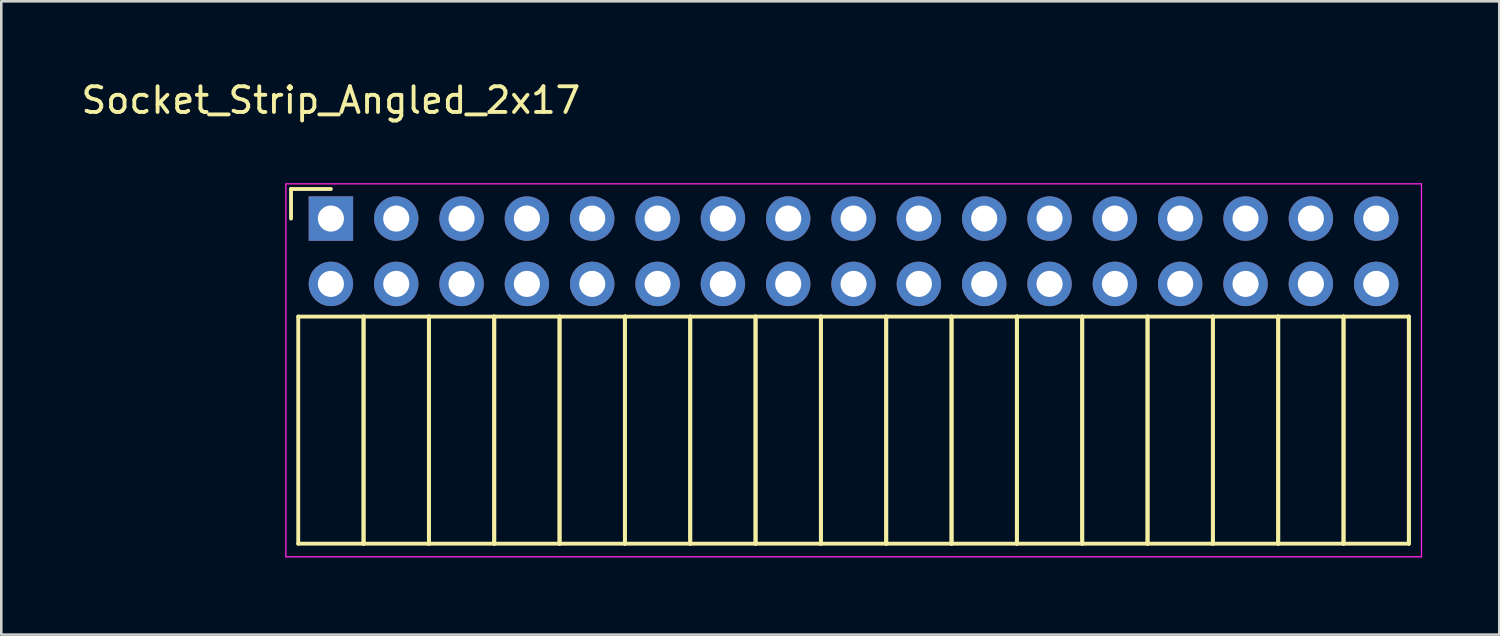
<source format=kicad_pcb>
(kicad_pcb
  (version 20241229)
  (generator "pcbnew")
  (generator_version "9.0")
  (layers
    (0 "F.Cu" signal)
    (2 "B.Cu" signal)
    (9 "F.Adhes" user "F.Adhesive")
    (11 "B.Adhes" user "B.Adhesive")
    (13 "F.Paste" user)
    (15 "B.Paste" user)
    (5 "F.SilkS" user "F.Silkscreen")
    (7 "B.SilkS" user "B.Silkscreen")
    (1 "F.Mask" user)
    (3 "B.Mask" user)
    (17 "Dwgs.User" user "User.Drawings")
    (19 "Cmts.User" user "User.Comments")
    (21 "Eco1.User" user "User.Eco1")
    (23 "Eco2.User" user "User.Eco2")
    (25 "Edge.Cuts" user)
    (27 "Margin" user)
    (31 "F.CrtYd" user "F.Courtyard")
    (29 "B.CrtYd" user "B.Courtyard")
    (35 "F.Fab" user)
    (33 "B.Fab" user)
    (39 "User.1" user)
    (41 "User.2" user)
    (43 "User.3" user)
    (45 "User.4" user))
  (footprint "Socket_Strip_Angled_2x17"
    (layer "F.Cu")
    (at 9.815 5.448)
    (property "Reference" "Socket_Strip_Angled_2x17" (at 0 -4.6 0) (layer "F.SilkS") (effects (font (size 1 1) (thickness 0.15))))
    (attr through_hole)
    (fp_line (start -1.55 -1.15) (end -1.55 0) (stroke (width 0.15) (type solid)) (layer "F.SilkS"))
    (fp_line (start -1.27 3.81) (end -1.27 12.64) (stroke (width 0.15) (type solid)) (layer "F.SilkS"))
    (fp_line (start -1.27 3.81) (end 1.27 3.81) (stroke (width 0.15) (type solid)) (layer "F.SilkS"))
    (fp_line (start -1.27 12.64) (end 1.27 12.64) (stroke (width 0.15) (type solid)) (layer "F.SilkS"))
    (fp_line (start 0 -1.15) (end -1.55 -1.15) (stroke (width 0.15) (type solid)) (layer "F.SilkS"))
    (fp_line (start 1.27 3.81) (end 1.27 12.64) (stroke (width 0.15) (type solid)) (layer "F.SilkS"))
    (fp_line (start 1.27 3.81) (end 3.81 3.81) (stroke (width 0.15) (type solid)) (layer "F.SilkS"))
    (fp_line (start 1.27 12.64) (end 1.27 3.81) (stroke (width 0.15) (type solid)) (layer "F.SilkS"))
    (fp_line (start 1.27 12.64) (end 3.81 12.64) (stroke (width 0.15) (type solid)) (layer "F.SilkS"))
    (fp_line (start 3.81 3.81) (end 3.81 12.64) (stroke (width 0.15) (type solid)) (layer "F.SilkS"))
    (fp_line (start 3.81 3.81) (end 6.35 3.81) (stroke (width 0.15) (type solid)) (layer "F.SilkS"))
    (fp_line (start 3.81 12.64) (end 3.81 3.81) (stroke (width 0.15) (type solid)) (layer "F.SilkS"))
    (fp_line (start 3.81 12.64) (end 6.35 12.64) (stroke (width 0.15) (type solid)) (layer "F.SilkS"))
    (fp_line (start 6.35 3.81) (end 6.35 12.64) (stroke (width 0.15) (type solid)) (layer "F.SilkS"))
    (fp_line (start 6.35 3.81) (end 8.89 3.81) (stroke (width 0.15) (type solid)) (layer "F.SilkS"))
    (fp_line (start 6.35 12.64) (end 6.35 3.81) (stroke (width 0.15) (type solid)) (layer "F.SilkS"))
    (fp_line (start 6.35 12.64) (end 8.89 12.64) (stroke (width 0.15) (type solid)) (layer "F.SilkS"))
    (fp_line (start 8.89 3.81) (end 8.89 12.64) (stroke (width 0.15) (type solid)) (layer "F.SilkS"))
    (fp_line (start 8.89 3.81) (end 11.43 3.81) (stroke (width 0.15) (type solid)) (layer "F.SilkS"))
    (fp_line (start 8.89 12.64) (end 8.89 3.81) (stroke (width 0.15) (type solid)) (layer "F.SilkS"))
    (fp_line (start 8.89 12.64) (end 11.43 12.64) (stroke (width 0.15) (type solid)) (layer "F.SilkS"))
    (fp_line (start 11.43 3.81) (end 11.43 12.64) (stroke (width 0.15) (type solid)) (layer "F.SilkS"))
    (fp_line (start 11.43 3.81) (end 13.97 3.81) (stroke (width 0.15) (type solid)) (layer "F.SilkS"))
    (fp_line (start 11.43 12.64) (end 11.43 3.81) (stroke (width 0.15) (type solid)) (layer "F.SilkS"))
    (fp_line (start 11.43 12.64) (end 13.97 12.64) (stroke (width 0.15) (type solid)) (layer "F.SilkS"))
    (fp_line (start 13.97 3.81) (end 13.97 12.64) (stroke (width 0.15) (type solid)) (layer "F.SilkS"))
    (fp_line (start 13.97 3.81) (end 16.51 3.81) (stroke (width 0.15) (type solid)) (layer "F.SilkS"))
    (fp_line (start 13.97 12.64) (end 13.97 3.81) (stroke (width 0.15) (type solid)) (layer "F.SilkS"))
    (fp_line (start 13.97 12.64) (end 16.51 12.64) (stroke (width 0.15) (type solid)) (layer "F.SilkS"))
    (fp_line (start 16.51 3.81) (end 16.51 12.64) (stroke (width 0.15) (type solid)) (layer "F.SilkS"))
    (fp_line (start 16.51 3.81) (end 19.05 3.81) (stroke (width 0.15) (type solid)) (layer "F.SilkS"))
    (fp_line (start 16.51 12.64) (end 16.51 3.81) (stroke (width 0.15) (type solid)) (layer "F.SilkS"))
    (fp_line (start 16.51 12.64) (end 19.05 12.64) (stroke (width 0.15) (type solid)) (layer "F.SilkS"))
    (fp_line (start 19.05 3.81) (end 19.05 12.64) (stroke (width 0.15) (type solid)) (layer "F.SilkS"))
    (fp_line (start 19.05 3.81) (end 21.59 3.81) (stroke (width 0.15) (type solid)) (layer "F.SilkS"))
    (fp_line (start 19.05 12.64) (end 19.05 3.81) (stroke (width 0.15) (type solid)) (layer "F.SilkS"))
    (fp_line (start 19.05 12.64) (end 21.59 12.64) (stroke (width 0.15) (type solid)) (layer "F.SilkS"))
    (fp_line (start 21.59 3.81) (end 21.59 12.64) (stroke (width 0.15) (type solid)) (layer "F.SilkS"))
    (fp_line (start 21.59 3.81) (end 24.13 3.81) (stroke (width 0.15) (type solid)) (layer "F.SilkS"))
    (fp_line (start 21.59 12.64) (end 21.59 3.81) (stroke (width 0.15) (type solid)) (layer "F.SilkS"))
    (fp_line (start 21.59 12.64) (end 24.13 12.64) (stroke (width 0.15) (type solid)) (layer "F.SilkS"))
    (fp_line (start 24.13 3.81) (end 24.13 12.64) (stroke (width 0.15) (type solid)) (layer "F.SilkS"))
    (fp_line (start 24.13 3.81) (end 26.67 3.81) (stroke (width 0.15) (type solid)) (layer "F.SilkS"))
    (fp_line (start 24.13 12.64) (end 24.13 3.81) (stroke (width 0.15) (type solid)) (layer "F.SilkS"))
    (fp_line (start 24.13 12.64) (end 26.67 12.64) (stroke (width 0.15) (type solid)) (layer "F.SilkS"))
    (fp_line (start 26.67 3.81) (end 26.67 12.64) (stroke (width 0.15) (type solid)) (layer "F.SilkS"))
    (fp_line (start 26.67 3.81) (end 29.21 3.81) (stroke (width 0.15) (type solid)) (layer "F.SilkS"))
    (fp_line (start 26.67 12.64) (end 26.67 3.81) (stroke (width 0.15) (type solid)) (layer "F.SilkS"))
    (fp_line (start 26.67 12.64) (end 29.21 12.64) (stroke (width 0.15) (type solid)) (layer "F.SilkS"))
    (fp_line (start 29.21 3.81) (end 29.21 12.64) (stroke (width 0.15) (type solid)) (layer "F.SilkS"))
    (fp_line (start 29.21 3.81) (end 31.75 3.81) (stroke (width 0.15) (type solid)) (layer "F.SilkS"))
    (fp_line (start 29.21 12.64) (end 29.21 3.81) (stroke (width 0.15) (type solid)) (layer "F.SilkS"))
    (fp_line (start 29.21 12.64) (end 31.75 12.64) (stroke (width 0.15) (type solid)) (layer "F.SilkS"))
    (fp_line (start 31.75 3.81) (end 31.75 12.64) (stroke (width 0.15) (type solid)) (layer "F.SilkS"))
    (fp_line (start 31.75 3.81) (end 34.29 3.81) (stroke (width 0.15) (type solid)) (layer "F.SilkS"))
    (fp_line (start 31.75 12.64) (end 31.75 3.81) (stroke (width 0.15) (type solid)) (layer "F.SilkS"))
    (fp_line (start 31.75 12.64) (end 34.29 12.64) (stroke (width 0.15) (type solid)) (layer "F.SilkS"))
    (fp_line (start 34.29 3.81) (end 34.29 12.64) (stroke (width 0.15) (type solid)) (layer "F.SilkS"))
    (fp_line (start 34.29 3.81) (end 36.83 3.81) (stroke (width 0.15) (type solid)) (layer "F.SilkS"))
    (fp_line (start 34.29 12.64) (end 34.29 3.81) (stroke (width 0.15) (type solid)) (layer "F.SilkS"))
    (fp_line (start 34.29 12.64) (end 36.83 12.64) (stroke (width 0.15) (type solid)) (layer "F.SilkS"))
    (fp_line (start 36.83 3.81) (end 36.83 12.64) (stroke (width 0.15) (type solid)) (layer "F.SilkS"))
    (fp_line (start 36.83 3.81) (end 39.37 3.81) (stroke (width 0.15) (type solid)) (layer "F.SilkS"))
    (fp_line (start 36.83 12.64) (end 36.83 3.81) (stroke (width 0.15) (type solid)) (layer "F.SilkS"))
    (fp_line (start 36.83 12.64) (end 39.37 12.64) (stroke (width 0.15) (type solid)) (layer "F.SilkS"))
    (fp_line (start 39.37 3.81) (end 39.37 12.64) (stroke (width 0.15) (type solid)) (layer "F.SilkS"))
    (fp_line (start 39.37 3.81) (end 41.91 3.81) (stroke (width 0.15) (type solid)) (layer "F.SilkS"))
    (fp_line (start 39.37 12.64) (end 39.37 3.81) (stroke (width 0.15) (type solid)) (layer "F.SilkS"))
    (fp_line (start 39.37 12.64) (end 41.91 12.64) (stroke (width 0.15) (type solid)) (layer "F.SilkS"))
    (fp_line (start 41.91 3.81) (end 41.91 12.64) (stroke (width 0.15) (type solid)) (layer "F.SilkS"))
    (fp_line (start 41.91 12.64) (end 41.91 3.81) (stroke (width 0.15) (type solid)) (layer "F.SilkS"))
    (fp_line (start -1.75 -1.35) (end -1.75 13.15) (stroke (width 0.05) (type solid)) (layer "F.CrtYd"))
    (fp_line (start -1.75 -1.35) (end 42.4 -1.35) (stroke (width 0.05) (type solid)) (layer "F.CrtYd"))
    (fp_line (start -1.75 13.15) (end 42.4 13.15) (stroke (width 0.05) (type solid)) (layer "F.CrtYd"))
    (fp_line (start 42.4 -1.35) (end 42.4 13.15) (stroke (width 0.05) (type solid)) (layer "F.CrtYd"))
    (pad "1" thru_hole rect (at 0 0) (size 1.727 1.727) (drill 1.016) (layers "*.Cu" "*.Mask"))
    (pad "2" thru_hole oval (at 0 2.54) (size 1.727 1.727) (drill 1.016) (layers "*.Cu" "*.Mask"))
    (pad "3" thru_hole oval (at 2.54 0) (size 1.727 1.727) (drill 1.016) (layers "*.Cu" "*.Mask"))
    (pad "4" thru_hole oval (at 2.54 2.54) (size 1.727 1.727) (drill 1.016) (layers "*.Cu" "*.Mask"))
    (pad "5" thru_hole oval (at 5.08 0) (size 1.727 1.727) (drill 1.016) (layers "*.Cu" "*.Mask"))
    (pad "6" thru_hole oval (at 5.08 2.54) (size 1.727 1.727) (drill 1.016) (layers "*.Cu" "*.Mask"))
    (pad "7" thru_hole oval (at 7.62 0) (size 1.727 1.727) (drill 1.016) (layers "*.Cu" "*.Mask"))
    (pad "8" thru_hole oval (at 7.62 2.54) (size 1.727 1.727) (drill 1.016) (layers "*.Cu" "*.Mask"))
    (pad "9" thru_hole oval (at 10.16 0) (size 1.727 1.727) (drill 1.016) (layers "*.Cu" "*.Mask"))
    (pad "10" thru_hole oval (at 10.16 2.54) (size 1.727 1.727) (drill 1.016) (layers "*.Cu" "*.Mask"))
    (pad "11" thru_hole oval (at 12.7 0) (size 1.727 1.727) (drill 1.016) (layers "*.Cu" "*.Mask"))
    (pad "12" thru_hole oval (at 12.7 2.54) (size 1.727 1.727) (drill 1.016) (layers "*.Cu" "*.Mask"))
    (pad "13" thru_hole oval (at 15.24 0) (size 1.727 1.727) (drill 1.016) (layers "*.Cu" "*.Mask"))
    (pad "14" thru_hole oval (at 15.24 2.54) (size 1.727 1.727) (drill 1.016) (layers "*.Cu" "*.Mask"))
    (pad "15" thru_hole oval (at 17.78 0) (size 1.727 1.727) (drill 1.016) (layers "*.Cu" "*.Mask"))
    (pad "16" thru_hole oval (at 17.78 2.54) (size 1.727 1.727) (drill 1.016) (layers "*.Cu" "*.Mask"))
    (pad "17" thru_hole oval (at 20.32 0) (size 1.727 1.727) (drill 1.016) (layers "*.Cu" "*.Mask"))
    (pad "18" thru_hole oval (at 20.32 2.54) (size 1.727 1.727) (drill 1.016) (layers "*.Cu" "*.Mask"))
    (pad "19" thru_hole oval (at 22.86 0) (size 1.727 1.727) (drill 1.016) (layers "*.Cu" "*.Mask"))
    (pad "20" thru_hole oval (at 22.86 2.54) (size 1.727 1.727) (drill 1.016) (layers "*.Cu" "*.Mask"))
    (pad "21" thru_hole oval (at 25.4 0) (size 1.727 1.727) (drill 1.016) (layers "*.Cu" "*.Mask"))
    (pad "22" thru_hole oval (at 25.4 2.54) (size 1.727 1.727) (drill 1.016) (layers "*.Cu" "*.Mask"))
    (pad "23" thru_hole oval (at 27.94 0) (size 1.727 1.727) (drill 1.016) (layers "*.Cu" "*.Mask"))
    (pad "24" thru_hole oval (at 27.94 2.54) (size 1.727 1.727) (drill 1.016) (layers "*.Cu" "*.Mask"))
    (pad "25" thru_hole oval (at 30.48 0) (size 1.727 1.727) (drill 1.016) (layers "*.Cu" "*.Mask"))
    (pad "26" thru_hole oval (at 30.48 2.54) (size 1.727 1.727) (drill 1.016) (layers "*.Cu" "*.Mask"))
    (pad "27" thru_hole oval (at 33.02 0) (size 1.727 1.727) (drill 1.016) (layers "*.Cu" "*.Mask"))
    (pad "28" thru_hole oval (at 33.02 2.54) (size 1.727 1.727) (drill 1.016) (layers "*.Cu" "*.Mask"))
    (pad "29" thru_hole oval (at 35.56 0) (size 1.727 1.727) (drill 1.016) (layers "*.Cu" "*.Mask"))
    (pad "30" thru_hole oval (at 35.56 2.54) (size 1.727 1.727) (drill 1.016) (layers "*.Cu" "*.Mask"))
    (pad "31" thru_hole oval (at 38.1 0) (size 1.727 1.727) (drill 1.016) (layers "*.Cu" "*.Mask"))
    (pad "32" thru_hole oval (at 38.1 2.54) (size 1.727 1.727) (drill 1.016) (layers "*.Cu" "*.Mask"))
    (pad "33" thru_hole oval (at 40.64 0) (size 1.727 1.727) (drill 1.016) (layers "*.Cu" "*.Mask"))
    (pad "34" thru_hole oval (at 40.64 2.54) (size 1.727 1.727) (drill 1.016) (layers "*.Cu" "*.Mask")))
  (gr_rect
    (start -3 -3)
    (end 55.24 21.623)
    (stroke (width 0.1) (type default))
    (fill no)
    (layer "Edge.Cuts")))
</source>
